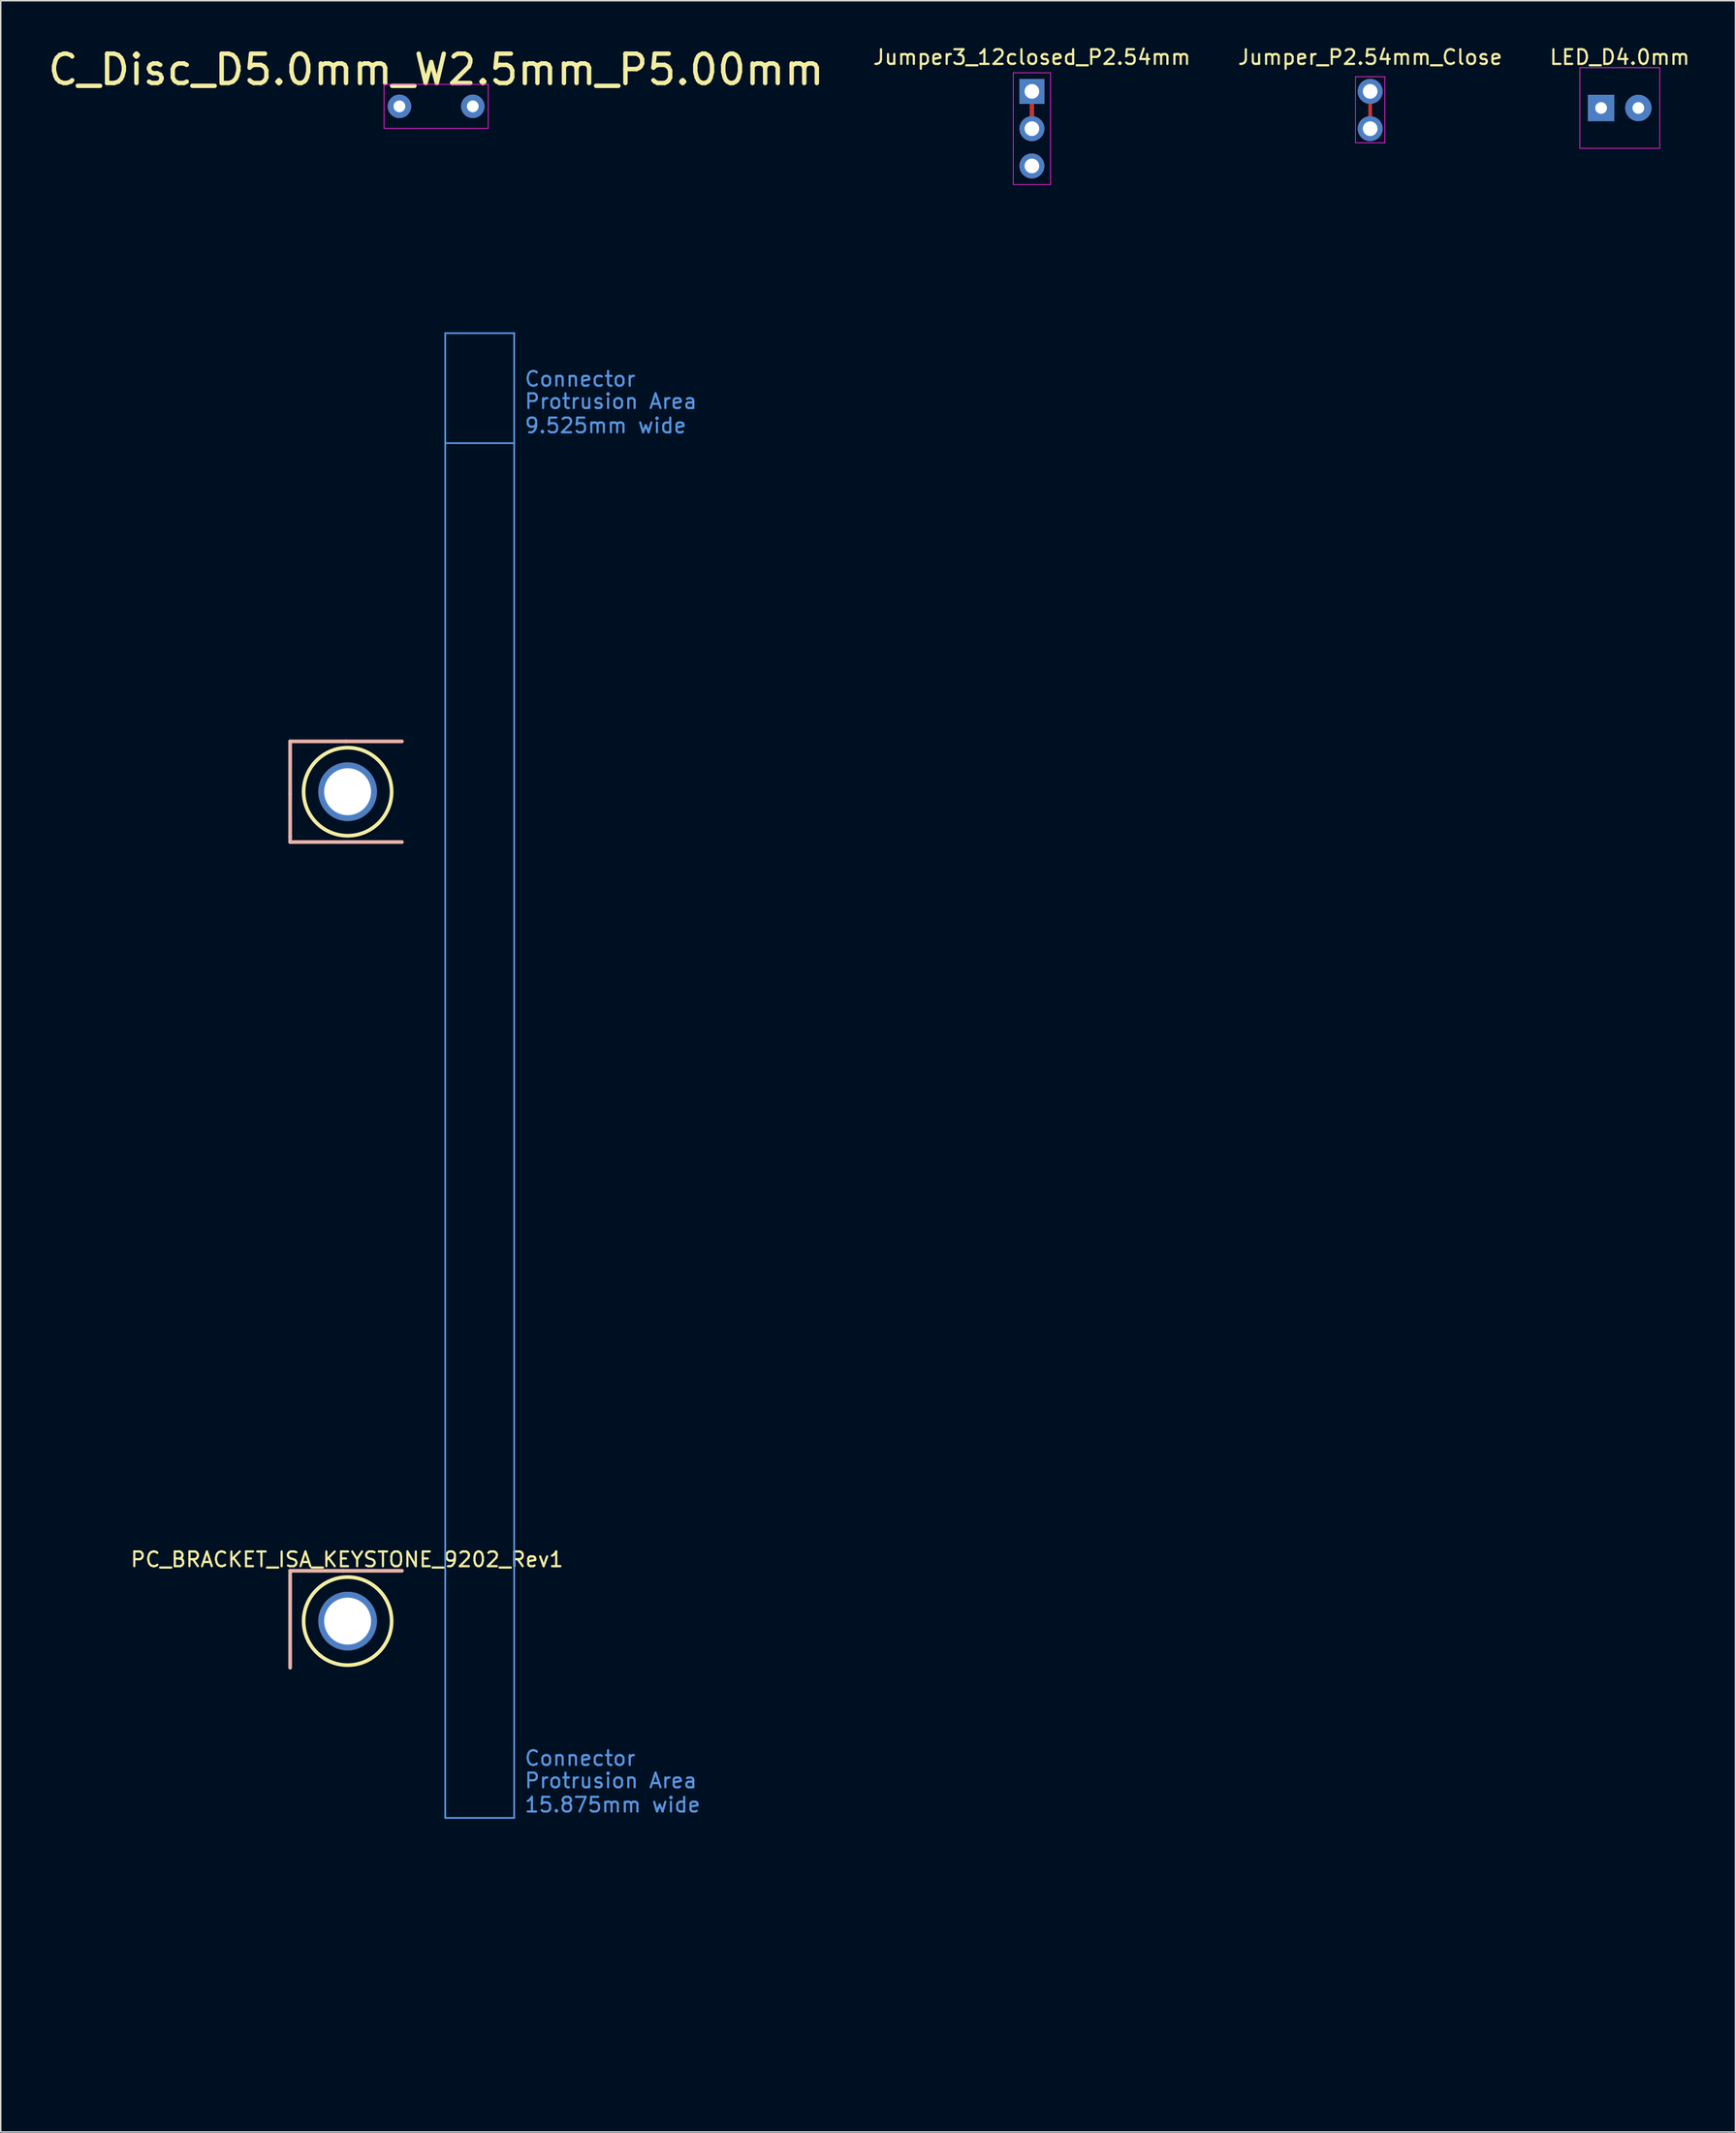
<source format=kicad_pcb>
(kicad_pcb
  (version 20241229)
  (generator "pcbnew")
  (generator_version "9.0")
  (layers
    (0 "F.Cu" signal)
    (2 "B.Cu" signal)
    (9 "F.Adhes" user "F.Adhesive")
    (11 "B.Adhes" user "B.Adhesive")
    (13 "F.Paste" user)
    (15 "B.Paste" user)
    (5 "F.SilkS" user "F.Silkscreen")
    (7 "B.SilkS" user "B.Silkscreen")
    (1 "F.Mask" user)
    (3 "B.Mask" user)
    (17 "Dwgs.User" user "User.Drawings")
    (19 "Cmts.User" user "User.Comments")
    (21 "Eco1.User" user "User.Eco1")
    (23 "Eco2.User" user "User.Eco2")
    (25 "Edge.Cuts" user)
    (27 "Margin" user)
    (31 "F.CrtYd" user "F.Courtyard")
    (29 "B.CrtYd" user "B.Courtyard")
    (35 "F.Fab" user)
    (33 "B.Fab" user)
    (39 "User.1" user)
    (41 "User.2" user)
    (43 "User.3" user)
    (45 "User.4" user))
  (footprint "LED_D4.0mm"
    (layer "F.Cu")
    (at 106.093 4.308)
    (property "Reference" "LED_D4.0mm" (at 1.27 -3.46 0) (layer "F.SilkS") (effects (font (size 1 1) (thickness 0.15))))
    (attr through_hole)
    (fp_line (start -1.45 -2.75) (end -1.45 2.75) (stroke (width 0.05) (type solid)) (layer "F.CrtYd"))
    (fp_line (start -1.45 2.75) (end 4 2.75) (stroke (width 0.05) (type solid)) (layer "F.CrtYd"))
    (fp_line (start 4 -2.75) (end -1.45 -2.75) (stroke (width 0.05) (type solid)) (layer "F.CrtYd"))
    (fp_line (start 4 2.75) (end 4 -2.75) (stroke (width 0.05) (type solid)) (layer "F.CrtYd"))
    (pad "1" thru_hole rect (at 0 0) (size 1.8 1.8) (drill 0.8) (layers "*.Cu" "*.Mask"))
    (pad "2" thru_hole circle (at 2.54 0) (size 1.8 1.8) (drill 0.8) (layers "*.Cu" "*.Mask")))
  (footprint "Jumper_P2.54mm_Close"
    (layer "F.Cu")
    (at 90.351 3.178)
    (property "Reference" "Jumper_P2.54mm_Close" (at 0 -2.33 0) (layer "F.SilkS") (effects (font (size 1 1) (thickness 0.15))))
    (attr through_hole)
    (fp_line (start 0 0.5) (end 0 2) (stroke (width 0.25) (type solid)) (layer "F.Cu"))
    (fp_line (start -1 -1) (end -1 3.5) (stroke (width 0.05) (type solid)) (layer "F.CrtYd"))
    (fp_line (start -1 3.5) (end 1 3.5) (stroke (width 0.05) (type solid)) (layer "F.CrtYd"))
    (fp_line (start 1 -1) (end -1 -1) (stroke (width 0.05) (type solid)) (layer "F.CrtYd"))
    (fp_line (start 1 3.5) (end 1 -1) (stroke (width 0.05) (type solid)) (layer "F.CrtYd"))
    (pad "1" thru_hole circle (at 0 0) (size 1.7 1.7) (drill 1) (layers "*.Cu" "*.Mask"))
    (pad "2" thru_hole circle (at 0 2.54) (size 1.7 1.7) (drill 1) (layers "*.Cu" "*.Mask")))
  (footprint "C_Disc_D5.0mm_W2.5mm_P5.00mm"
    (layer "F.Cu")
    (at 24.179 4.197)
    (property "Reference" "C_Disc_D5.0mm_W2.5mm_P5.00mm" (at 2.5 -2.5 0) (layer "F.SilkS") (effects (font (size 2 2) (thickness 0.3))))
    (attr through_hole)
    (fp_line (start -1.05 -1.5) (end -1.05 1.5) (stroke (width 0.05) (type solid)) (layer "F.CrtYd"))
    (fp_line (start -1.05 1.5) (end 6.05 1.5) (stroke (width 0.05) (type solid)) (layer "F.CrtYd"))
    (fp_line (start 6.05 -1.5) (end -1.05 -1.5) (stroke (width 0.05) (type solid)) (layer "F.CrtYd"))
    (fp_line (start 6.05 1.5) (end 6.05 -1.5) (stroke (width 0.05) (type solid)) (layer "F.CrtYd"))
    (pad "1" thru_hole circle (at 0 0) (size 1.6 1.6) (drill 0.8) (layers "*.Cu" "*.Mask"))
    (pad "2" thru_hole circle (at 5 0) (size 1.6 1.6) (drill 0.8) (layers "*.Cu" "*.Mask")))
  (footprint "PC_BRACKET_ISA_KEYSTONE_9202_Rev1"
    (layer "F.Cu")
    (at 0.25 119.293)
    (property "Reference" "PC_BRACKET_ISA_KEYSTONE_9202_Rev1" (at 20.353 -16.082 0) (layer "F.SilkS") (effects (font (size 1 1) (thickness 0.15))))
    (attr exclude_from_pos_files exclude_from_bom)
    (fp_circle (center 20.396 -68.397) (end 23.396 -68.397) (stroke (width 0.25) (type solid)) (fill no) (layer "F.SilkS"))
    (fp_circle (center 20.396 -11.882) (end 23.396 -11.882) (stroke (width 0.25) (type solid)) (fill no) (layer "F.SilkS"))
    (fp_line (start 16.478 -71.826) (end 16.478 -68.237) (stroke (width 0.25) (type solid)) (layer "B.SilkS"))
    (fp_line (start 16.478 -65.349) (end 16.478 -68.237) (stroke (width 0.25) (type solid)) (layer "B.SilkS"))
    (fp_line (start 16.478 -64.968) (end 16.478 -65.349) (stroke (width 0.25) (type solid)) (layer "B.SilkS"))
    (fp_line (start 16.478 -15.311) (end 16.478 -8.707) (stroke (width 0.25) (type solid)) (layer "B.SilkS"))
    (fp_line (start 20.034 -64.968) (end 16.478 -64.968) (stroke (width 0.25) (type solid)) (layer "B.SilkS"))
    (fp_line (start 20.034 -64.968) (end 24.098 -64.968) (stroke (width 0.25) (type solid)) (layer "B.SilkS"))
    (fp_line (start 20.115 -15.311) (end 16.478 -15.311) (stroke (width 0.25) (type solid)) (layer "B.SilkS"))
    (fp_line (start 20.115 -15.311) (end 24.098 -15.311) (stroke (width 0.25) (type solid)) (layer "B.SilkS"))
    (fp_line (start 20.288 -71.826) (end 16.478 -71.826) (stroke (width 0.25) (type solid)) (layer "B.SilkS"))
    (fp_line (start 20.288 -71.826) (end 24.098 -71.826) (stroke (width 0.25) (type solid)) (layer "B.SilkS"))
    (fp_line (start 27.051 -92.146) (end 27.051 -99.639) (stroke (width 0.12) (type solid)) (layer "Cmts.User"))
    (fp_line (start 27.051 -92.146) (end 27.051 1.529) (stroke (width 0.12) (type solid)) (layer "Cmts.User"))
    (fp_line (start 27.051 1.529) (end 31.75 1.529) (stroke (width 0.12) (type solid)) (layer "Cmts.User"))
    (fp_line (start 31.75 -99.639) (end 27.051 -99.639) (stroke (width 0.12) (type solid)) (layer "Cmts.User"))
    (fp_line (start 31.75 -92.146) (end 27.051 -92.146) (stroke (width 0.12) (type solid)) (layer "Cmts.User"))
    (fp_line (start 31.75 -92.146) (end 31.75 -99.639) (stroke (width 0.12) (type solid)) (layer "Cmts.User"))
    (fp_line (start 31.75 1.529) (end 31.75 -92.146) (stroke (width 0.12) (type solid)) (layer "Cmts.User"))
    (fp_line (start 2.413 -7.62) (end 2.413 -5.08) (stroke (width 0.12) (type solid)) (layer "Eco1.User"))
    (fp_line (start 2.413 -7.62) (end 4.572 -7.62) (stroke (width 0.12) (type solid)) (layer "Eco1.User"))
    (fp_line (start 2.413 0) (end 0.508 0) (stroke (width 0.12) (type solid)) (layer "Eco1.User"))
    (fp_line (start 2.413 0) (end 2.413 -1.905) (stroke (width 0.12) (type solid)) (layer "Eco1.User"))
    (fp_line (start 4.572 -7.62) (end 4.572 -5.08) (stroke (width 0.12) (type solid)) (layer "Eco1.User"))
    (fp_line (start 4.572 0) (end 4.572 -1.905) (stroke (width 0.12) (type solid)) (layer "Eco1.User"))
    (fp_line (start 4.572 8.001) (end 4.572 5.461) (stroke (width 0.12) (type solid)) (layer "Eco1.User"))
    (fp_line (start 6.477 0) (end 4.572 0) (stroke (width 0.12) (type solid)) (layer "Eco1.User"))
    (fp_line (start 7.112 8.001) (end 4.572 8.001) (stroke (width 0.12) (type solid)) (layer "Eco1.User"))
    (fp_line (start 23.19 -106.68) (end 25.73 -106.68) (stroke (width 0.12) (type solid)) (layer "Eco1.User"))
    (fp_line (start 23.19 -7.62) (end 25.73 -7.62) (stroke (width 0.12) (type solid)) (layer "Eco1.User"))
    (fp_line (start 25.73 -104.14) (end 25.73 -106.68) (stroke (width 0.12) (type solid)) (layer "Eco1.User"))
    (fp_line (start 25.73 -7.62) (end 25.73 -10.16) (stroke (width 0.12) (type solid)) (layer "Eco1.User"))
    (fp_line (start 25.73 0) (end 23.19 0) (stroke (width 0.12) (type solid)) (layer "Eco1.User"))
    (fp_line (start 25.73 0) (end 25.73 -2.54) (stroke (width 0.12) (type solid)) (layer "Eco1.User"))
    (fp_line (start 25.73 8.001) (end 23.19 8.001) (stroke (width 0.12) (type solid)) (layer "Eco1.User"))
    (fp_line (start 25.73 8.001) (end 25.73 5.461) (stroke (width 0.12) (type solid)) (layer "Eco1.User"))
    (fp_line (start 27.051 -99.639) (end 37.973 -99.639) (stroke (width 0.12) (type solid)) (layer "Eco1.User"))
    (fp_line (start 27.051 19.868) (end 27.051 -99.639) (stroke (width 0.12) (type solid)) (layer "Eco1.User"))
    (fp_line (start 16.84 -71.445) (end 25.73 -71.445) (stroke (width 0.12) (type solid)) (layer "Eco2.User"))
    (fp_line (start 16.84 -65.349) (end 16.84 -71.445) (stroke (width 0.12) (type solid)) (layer "Eco2.User"))
    (fp_line (start 16.84 -14.93) (end 25.73 -14.93) (stroke (width 0.12) (type solid)) (layer "Eco2.User"))
    (fp_line (start 16.84 -8.834) (end 16.84 -14.93) (stroke (width 0.12) (type solid)) (layer "Eco2.User"))
    (fp_line (start 25.73 -65.349) (end 16.84 -65.349) (stroke (width 0.12) (type solid)) (layer "Eco2.User"))
    (fp_line (start 25.73 -8.834) (end 16.84 -8.834) (stroke (width 0.12) (type solid)) (layer "Eco2.User"))
    (fp_line (start 25.73 19.868) (end 25.73 -99.353) (stroke (width 0.12) (type solid)) (layer "Eco2.User"))
    (fp_line (start 25.73 19.868) (end 26.543 19.868) (stroke (width 0.12) (type solid)) (layer "Eco2.User"))
    (fp_line (start 26.543 19.868) (end 26.543 -99.353) (stroke (width 0.12) (type solid)) (layer "Eco2.User"))
    (fp_line (start 27.337 -100.147) (end 37.973 -100.147) (stroke (width 0.12) (type solid)) (layer "Eco2.User"))
    (fp_line (start 37.973 -100.96) (end 27.337 -100.96) (stroke (width 0.12) (type solid)) (layer "Eco2.User"))
    (fp_line (start 37.973 -100.147) (end 37.973 -100.96) (stroke (width 0.12) (type solid)) (layer "Eco2.User"))
    (fp_arc (start 25.7302 -99.3532) (mid 26.200762 -100.489238) (end 27.3368 -100.9598) (stroke (width 0.12) (type solid)) (layer "Eco2.User"))
    (fp_arc (start 26.543 -99.3532) (mid 26.775499 -99.914501) (end 27.3368 -100.147) (stroke (width 0.12) (type solid)) (layer "Eco2.User"))
    (fp_text user "Protrusion Area" (at 32.385 -94.996 0) (layer "Cmts.User") (effects (font (size 1 1) (thickness 0.15)) (justify left)))
    (fp_text user "Connector" (at 32.385 -2.54 0) (layer "Cmts.User") (effects (font (size 1 1) (thickness 0.15)) (justify left)))
    (fp_text user "Protrusion Area" (at 32.385 -1.016 0) (layer "Cmts.User") (effects (font (size 1 1) (thickness 0.15)) (justify left)))
    (fp_text user "Connector" (at 32.385 -96.52 0) (layer "Cmts.User") (effects (font (size 1 1) (thickness 0.15)) (justify left)))
    (fp_text user "15.875mm wide" (at 32.385 0.635 0) (layer "Cmts.User") (effects (font (size 1 1) (thickness 0.15)) (justify left)))
    (fp_text user "9.525mm wide" (at 32.385 -93.345 0) (layer "Cmts.User") (effects (font (size 1 1) (thickness 0.15)) (justify left)))
    (fp_text user "Chassis Ref." (at 32.385 -98.425 0) (layer "Eco1.User") (effects (font (size 1 1) (thickness 0.15)) (justify left)))
    (pad "1" thru_hole circle (at 20.396 -11.882) (size 4 4) (drill 3.2) (layers "*.Cu" "*.Mask"))
    (pad "2" thru_hole circle (at 20.396 -68.397) (size 4 4) (drill 3.2) (layers "*.Cu" "*.Mask")))
  (footprint "Jumper3_12closed_P2.54mm"
    (layer "F.Cu")
    (at 67.292 3.178)
    (property "Reference" "Jumper3_12closed_P2.54mm" (at 0 -2.33 0) (layer "F.SilkS") (effects (font (size 1 1) (thickness 0.15))))
    (attr through_hole)
    (fp_line (start 0 0.635) (end 0 1.905) (stroke (width 0.3) (type solid)) (layer "F.Cu"))
    (fp_line (start -1.27 -1.27) (end -1.27 6.35) (stroke (width 0.05) (type solid)) (layer "F.CrtYd"))
    (fp_line (start -1.27 6.35) (end 1.27 6.35) (stroke (width 0.05) (type solid)) (layer "F.CrtYd"))
    (fp_line (start 1.27 -1.27) (end -1.27 -1.27) (stroke (width 0.05) (type solid)) (layer "F.CrtYd"))
    (fp_line (start 1.27 6.35) (end 1.27 -1.27) (stroke (width 0.05) (type solid)) (layer "F.CrtYd"))
    (pad "1" thru_hole rect (at 0 0) (size 1.7 1.7) (drill 1) (layers "*.Cu" "*.Mask"))
    (pad "2" thru_hole oval (at 0 2.54) (size 1.7 1.7) (drill 1) (layers "*.Cu" "*.Mask"))
    (pad "3" thru_hole oval (at 0 5.08) (size 1.7 1.7) (drill 1) (layers "*.Cu" "*.Mask")))
  (gr_rect
    (start -3 -3)
    (end 115.25 142.221)
    (stroke (width 0.1) (type default))
    (fill no)
    (layer "Edge.Cuts")))
</source>
